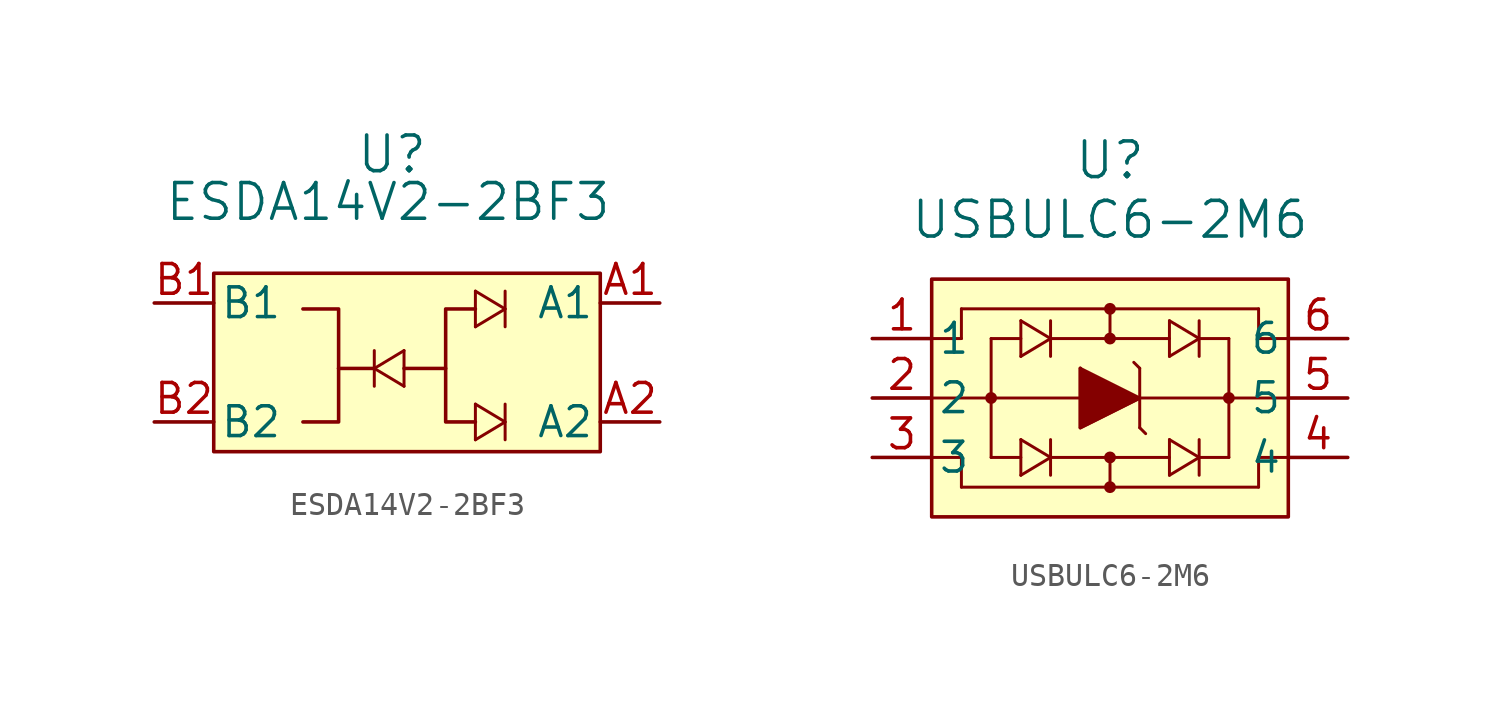
<source format=kicad_sym>
(kicad_symbol_lib
  (version 20220914)
  (generator kicad_symbol_editor)
  (symbol "ESDA14V2-2BF3"
    (pin_names
      (offset 0.254))
    (property "Reference" "U"
      (at 0 7.62 0)
      (effects (font (size 1.524 1.524))))
    (property "Value" "ESDA14V2-2BF3"
      (at -0.174 5.588 0)
      (effects (font (size 1.524 1.524))))
    (symbol "ESDA14V2-2BF3_0_1"
      (polyline (pts (xy -0.762 -1.524) (xy 0.508 -0.762)) (stroke (width 0.127) (type default)) (fill (type none)))
      (polyline (pts (xy -0.762 -0.762) (xy -0.762 -2.286)) (stroke (width 0.127) (type default)) (fill (type none)))
      (polyline (pts (xy 0.508 -2.286) (xy -0.762 -1.524)) (stroke (width 0.127) (type default)) (fill (type none)))
      (polyline (pts (xy 0.508 -0.762) (xy 0.508 -2.286)) (stroke (width 0.127) (type default)) (fill (type none)))
      (polyline (pts (xy 3.556 -4.572) (xy 3.556 -3.048)) (stroke (width 0.127) (type default)) (fill (type none)))
      (polyline (pts (xy 3.556 -3.048) (xy 4.826 -3.81)) (stroke (width 0.127) (type default)) (fill (type none)))
      (polyline (pts (xy 3.556 0.254) (xy 3.556 1.778)) (stroke (width 0.127) (type default)) (fill (type none)))
      (polyline (pts (xy 3.556 1.778) (xy 4.826 1.016)) (stroke (width 0.127) (type default)) (fill (type none)))
      (polyline (pts (xy 4.826 -4.572) (xy 4.826 -3.048)) (stroke (width 0.127) (type default)) (fill (type none)))
      (polyline (pts (xy 4.826 -3.81) (xy 3.556 -4.572)) (stroke (width 0.127) (type default)) (fill (type none)))
      (polyline (pts (xy 4.826 0.254) (xy 4.826 1.778)) (stroke (width 0.127) (type default)) (fill (type none)))
      (polyline (pts (xy 4.826 1.016) (xy 3.556 0.254)) (stroke (width 0.127) (type default)) (fill (type none))))
    (symbol "ESDA14V2-2BF3_1_1"
      (rectangle (start -7.62 2.54) (end 8.89 -5.08) (stroke (width 0) (type default)) (fill (type background)))
      (polyline (pts (xy -0.762 -1.524) (xy -2.286 -1.524)) (stroke (width 0) (type default)) (fill (type none)))
      (polyline (pts (xy -2.286 -1.524) (xy -2.286 -3.81) (xy -3.81 -3.81)) (stroke (width 0) (type default)) (fill (type none)))
      (polyline (pts (xy -2.286 -1.524) (xy -2.286 1.016) (xy -3.81 1.016)) (stroke (width 0) (type default)) (fill (type none)))
      (polyline (pts (xy 2.286 -1.524) (xy 2.286 -3.81) (xy 3.556 -3.81)) (stroke (width 0) (type default)) (fill (type none)))
      (polyline (pts (xy 3.556 1.016) (xy 2.286 1.016) (xy 2.286 -1.524) (xy 0.508 -1.524)) (stroke (width 0) (type default)) (fill (type none)))
      (pin unspecified line (at 11.43 1.27 180) (length 2.54) (name "A1" (effects (font (size 1.27 1.27)))) (number "A1" (effects (font (size 1.27 1.27)))))
      (pin unspecified line (at 11.43 -3.81 180) (length 2.54) (name "A2" (effects (font (size 1.27 1.27)))) (number "A2" (effects (font (size 1.27 1.27)))))
      (pin unspecified line (at -10.16 1.27 0) (length 2.54) (name "B1" (effects (font (size 1.27 1.27)))) (number "B1" (effects (font (size 1.27 1.27)))))
      (pin unspecified line (at -10.16 -3.81 0) (length 2.54) (name "B2" (effects (font (size 1.27 1.27)))) (number "B2" (effects (font (size 1.27 1.27)))))))
  (symbol "USBULC6-2M6"
    (pin_names
      (offset 0.254))
    (property "Reference" "U"
      (at 0 10.16 0)
      (effects (font (size 1.524 1.524))))
    (property "Value" "USBULC6-2M6"
      (at 0 7.62 0)
      (effects (font (size 1.524 1.524))))
    (symbol "USBULC6-2M6_0_1"
      (circle (center -5.08 0) (radius 0.127) (stroke (width 0.254) (type default)) (fill (type none)))
      (circle (center 0 -3.81) (radius 0.127) (stroke (width 0.254) (type default)) (fill (type none)))
      (circle (center 0 -2.54) (radius 0.127) (stroke (width 0.254) (type default)) (fill (type none)))
      (polyline (pts (xy -7.62 0) (xy 7.62 0)) (stroke (width 0.127) (type default)) (fill (type none)))
      (polyline (pts (xy -7.62 2.54) (xy -6.35 2.54)) (stroke (width 0.127) (type default)) (fill (type none)))
      (polyline (pts (xy -6.35 -2.54) (xy -7.62 -2.54)) (stroke (width 0.127) (type default)) (fill (type none)))
      (polyline (pts (xy -6.35 -2.54) (xy -6.35 -3.81)) (stroke (width 0.127) (type default)) (fill (type none)))
      (polyline (pts (xy -6.35 3.81) (xy -6.35 2.54)) (stroke (width 0.127) (type default)) (fill (type none)))
      (polyline (pts (xy -6.35 3.81) (xy 6.35 3.81)) (stroke (width 0.127) (type default)) (fill (type none)))
      (polyline (pts (xy -5.08 2.54) (xy -5.08 -2.54)) (stroke (width 0.127) (type default)) (fill (type none)))
      (polyline (pts (xy -3.81 -3.302) (xy -2.54 -2.54)) (stroke (width 0.127) (type default)) (fill (type none)))
      (polyline (pts (xy -3.81 -2.54) (xy -5.08 -2.54)) (stroke (width 0.127) (type default)) (fill (type none)))
      (polyline (pts (xy -3.81 -1.778) (xy -3.81 -3.302)) (stroke (width 0.127) (type default)) (fill (type none)))
      (polyline (pts (xy -3.81 1.778) (xy -2.54 2.54)) (stroke (width 0.127) (type default)) (fill (type none)))
      (polyline (pts (xy -3.81 2.54) (xy -5.08 2.54)) (stroke (width 0.127) (type default)) (fill (type none)))
      (polyline (pts (xy -3.81 3.302) (xy -3.81 1.778)) (stroke (width 0.127) (type default)) (fill (type none)))
      (polyline (pts (xy -2.54 -2.54) (xy -3.81 -1.778)) (stroke (width 0.127) (type default)) (fill (type none)))
      (polyline (pts (xy -2.54 -2.54) (xy 2.54 -2.54)) (stroke (width 0.127) (type default)) (fill (type none)))
      (polyline (pts (xy -2.54 -1.778) (xy -2.54 -3.302)) (stroke (width 0.127) (type default)) (fill (type none)))
      (polyline (pts (xy -2.54 2.54) (xy -3.81 3.302)) (stroke (width 0.127) (type default)) (fill (type none)))
      (polyline (pts (xy -2.54 2.54) (xy 2.54 2.54)) (stroke (width 0.127) (type default)) (fill (type none)))
      (polyline (pts (xy -2.54 3.302) (xy -2.54 1.778)) (stroke (width 0.127) (type default)) (fill (type none)))
      (polyline (pts (xy -1.27 -1.27) (xy 1.27 0)) (stroke (width 0.127) (type default)) (fill (type none)))
      (polyline (pts (xy -1.27 1.27) (xy -1.27 -1.27)) (stroke (width 0.127) (type default)) (fill (type none)))
      (polyline (pts (xy 0 -3.81) (xy 0 -2.54)) (stroke (width 0.127) (type default)) (fill (type none)))
      (polyline (pts (xy 0 3.81) (xy 0 2.54)) (stroke (width 0.127) (type default)) (fill (type none)))
      (polyline (pts (xy 1.27 -1.27) (xy 1.524 -1.524)) (stroke (width 0.127) (type default)) (fill (type none)))
      (polyline (pts (xy 1.27 0) (xy -1.27 1.27)) (stroke (width 0.127) (type default)) (fill (type none)))
      (polyline (pts (xy 1.27 1.27) (xy 1.016 1.524)) (stroke (width 0.127) (type default)) (fill (type none)))
      (polyline (pts (xy 1.27 1.27) (xy 1.27 -1.27)) (stroke (width 0.127) (type default)) (fill (type none)))
      (polyline (pts (xy 2.54 -3.302) (xy 2.54 -1.778)) (stroke (width 0.127) (type default)) (fill (type none)))
      (polyline (pts (xy 2.54 -1.778) (xy 3.81 -2.54)) (stroke (width 0.127) (type default)) (fill (type none)))
      (polyline (pts (xy 2.54 1.778) (xy 2.54 3.302)) (stroke (width 0.127) (type default)) (fill (type none)))
      (polyline (pts (xy 2.54 3.302) (xy 3.81 2.54)) (stroke (width 0.127) (type default)) (fill (type none)))
      (polyline (pts (xy 3.81 -3.302) (xy 3.81 -1.778)) (stroke (width 0.127) (type default)) (fill (type none)))
      (polyline (pts (xy 3.81 -2.54) (xy 2.54 -3.302)) (stroke (width 0.127) (type default)) (fill (type none)))
      (polyline (pts (xy 3.81 -2.54) (xy 5.08 -2.54)) (stroke (width 0.127) (type default)) (fill (type none)))
      (polyline (pts (xy 3.81 1.778) (xy 3.81 3.302)) (stroke (width 0.127) (type default)) (fill (type none)))
      (polyline (pts (xy 3.81 2.54) (xy 2.54 1.778)) (stroke (width 0.127) (type default)) (fill (type none)))
      (polyline (pts (xy 3.81 2.54) (xy 5.08 2.54)) (stroke (width 0.127) (type default)) (fill (type none)))
      (polyline (pts (xy 5.08 -2.54) (xy 5.08 2.54)) (stroke (width 0.127) (type default)) (fill (type none)))
      (polyline (pts (xy 6.35 -3.81) (xy -6.35 -3.81)) (stroke (width 0.127) (type default)) (fill (type none)))
      (polyline (pts (xy 6.35 -2.54) (xy 6.35 -3.81)) (stroke (width 0.127) (type default)) (fill (type none)))
      (polyline (pts (xy 6.35 2.54) (xy 7.62 2.54)) (stroke (width 0.127) (type default)) (fill (type none)))
      (polyline (pts (xy 6.35 3.81) (xy 6.35 2.54)) (stroke (width 0.127) (type default)) (fill (type none)))
      (polyline (pts (xy 7.62 -2.54) (xy 6.35 -2.54)) (stroke (width 0.127) (type default)) (fill (type none)))
      (polyline (pts (xy -1.27 1.27) (xy -1.27 -1.27) (xy 1.27 0)) (stroke (width 0) (type default)) (fill (type outline)))
      (circle (center 0 2.54) (radius 0.127) (stroke (width 0.254) (type default)) (fill (type none)))
      (circle (center 0 3.81) (radius 0.127) (stroke (width 0.254) (type default)) (fill (type none)))
      (circle (center 5.08 0) (radius 0.127) (stroke (width 0.254) (type default)) (fill (type none))))
    (symbol "USBULC6-2M6_1_1"
      (rectangle (start -7.62 5.08) (end 7.62 -5.08) (stroke (width 0) (type default)) (fill (type background)))
      (pin unspecified line (at -10.16 2.54 0) (length 2.54) (name "1" (effects (font (size 1.27 1.27)))) (number "1" (effects (font (size 1.27 1.27)))))
      (pin unspecified line (at -10.16 0 0) (length 2.54) (name "2" (effects (font (size 1.27 1.27)))) (number "2" (effects (font (size 1.27 1.27)))))
      (pin unspecified line (at -10.16 -2.54 0) (length 2.54) (name "3" (effects (font (size 1.27 1.27)))) (number "3" (effects (font (size 1.27 1.27)))))
      (pin unspecified line (at 10.16 -2.54 180) (length 2.54) (name "4" (effects (font (size 1.27 1.27)))) (number "4" (effects (font (size 1.27 1.27)))))
      (pin unspecified line (at 10.16 0 180) (length 2.54) (name "5" (effects (font (size 1.27 1.27)))) (number "5" (effects (font (size 1.27 1.27)))))
      (pin unspecified line (at 10.16 2.54 180) (length 2.54) (name "6" (effects (font (size 1.27 1.27)))) (number "6" (effects (font (size 1.27 1.27))))))))
</source>
